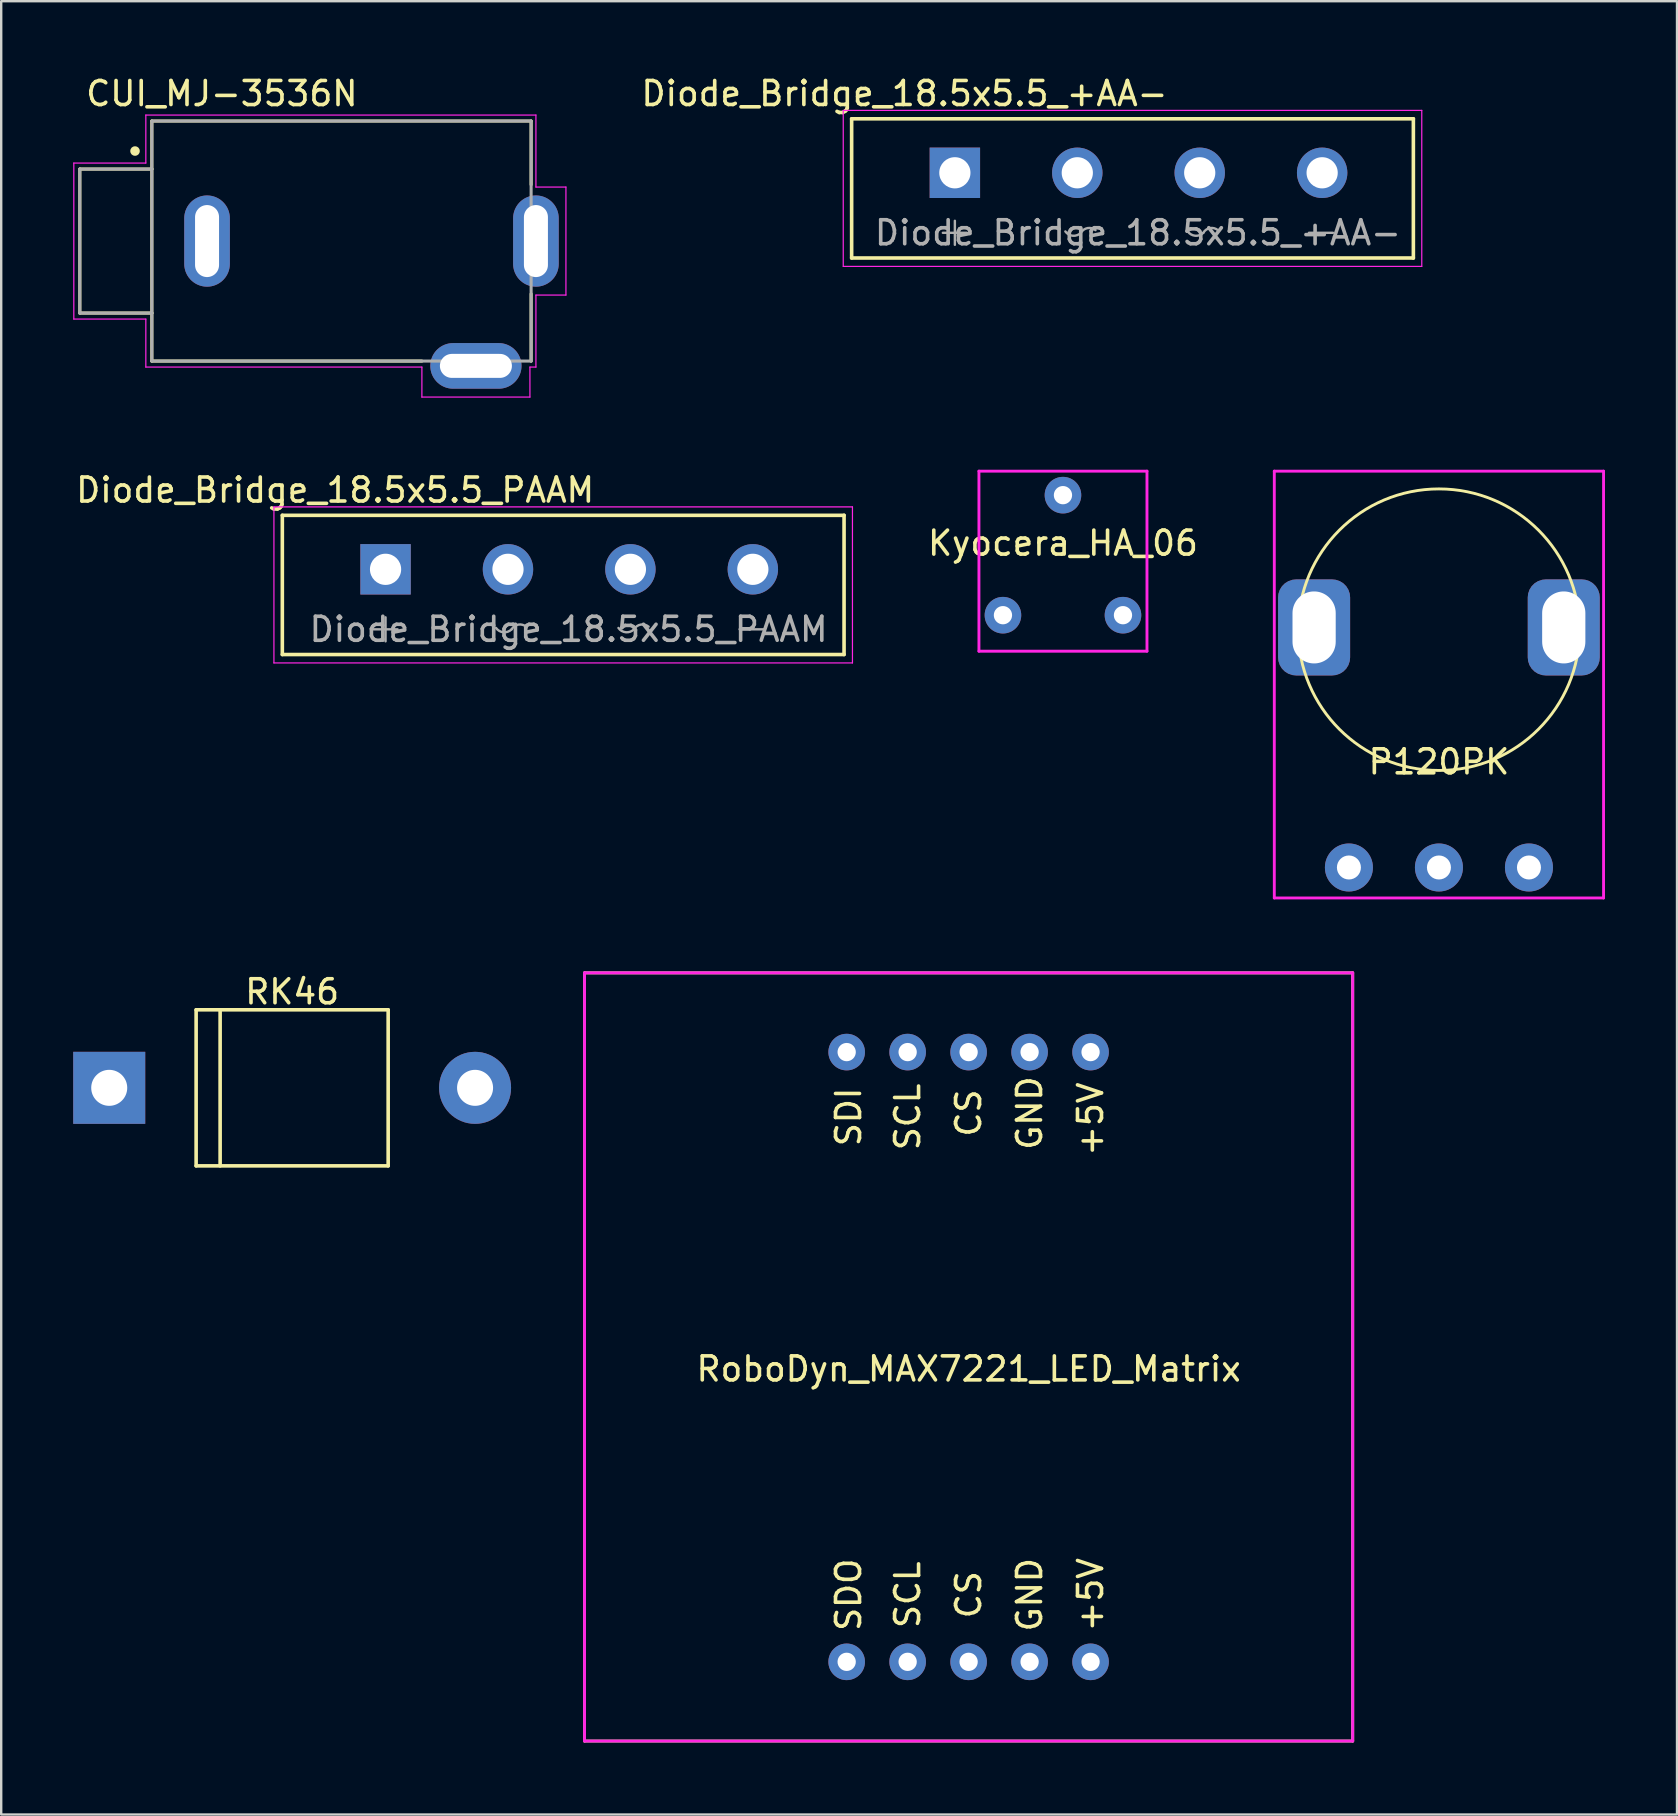
<source format=kicad_pcb>
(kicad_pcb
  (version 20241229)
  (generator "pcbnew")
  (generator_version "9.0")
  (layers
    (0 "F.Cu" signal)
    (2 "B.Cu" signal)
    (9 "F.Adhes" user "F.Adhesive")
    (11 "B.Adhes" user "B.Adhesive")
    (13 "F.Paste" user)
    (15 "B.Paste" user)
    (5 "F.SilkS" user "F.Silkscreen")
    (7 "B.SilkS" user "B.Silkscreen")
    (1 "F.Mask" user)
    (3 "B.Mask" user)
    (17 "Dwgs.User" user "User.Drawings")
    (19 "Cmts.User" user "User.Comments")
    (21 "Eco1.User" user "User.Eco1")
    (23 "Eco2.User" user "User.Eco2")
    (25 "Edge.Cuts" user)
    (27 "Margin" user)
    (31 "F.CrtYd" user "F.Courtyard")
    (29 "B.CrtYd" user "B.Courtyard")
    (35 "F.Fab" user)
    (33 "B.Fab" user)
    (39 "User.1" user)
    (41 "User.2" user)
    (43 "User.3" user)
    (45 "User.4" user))
  (footprint "Kyocera_HA_06"
    (layer "F.Cu")
    (at 41.23 20.077)
    (property "Reference" "Kyocera_HA_06" (at 0 -0.5 0) (unlocked yes) (layer "F.SilkS") (effects (font (size 1 1) (thickness 0.15))))
    (attr through_hole)
    (fp_line (start -3.5 -3.5) (end 3.5 -3.5) (stroke (width 0.12) (type solid)) (layer "F.CrtYd"))
    (fp_line (start -3.5 4) (end -3.5 -3.5) (stroke (width 0.12) (type solid)) (layer "F.CrtYd"))
    (fp_line (start 3.5 -3.5) (end 3.5 4) (stroke (width 0.12) (type solid)) (layer "F.CrtYd"))
    (fp_line (start 3.5 4) (end -3.5 4) (stroke (width 0.12) (type solid)) (layer "F.CrtYd"))
    (pad "1" thru_hole circle (at -2.5 2.5) (size 1.524 1.524) (drill 0.762) (layers "*.Cu" "*.Mask"))
    (pad "2" thru_hole circle (at 2.5 2.5) (size 1.524 1.524) (drill 0.762) (layers "*.Cu" "*.Mask"))
    (pad "3" thru_hole circle (at 0 -2.5) (size 1.524 1.524) (drill 0.762) (layers "*.Cu" "*.Mask")))
  (footprint "P120PK"
    (layer "F.Cu")
    (at 56.892 33.087)
    (property "Reference" "P120PK" (at 0 -4.4 0) (layer "F.SilkS") (effects (font (size 1 1) (thickness 0.15))))
    (attr through_hole)
    (fp_circle (center 0 -9.906) (end -1.778 -15.494) (stroke (width 0.12) (type solid)) (fill no) (layer "F.SilkS"))
    (fp_line (start -6.858 -16.51) (end 6.858 -16.51) (stroke (width 0.12) (type solid)) (layer "F.CrtYd"))
    (fp_line (start -6.858 1.27) (end -6.858 -16.51) (stroke (width 0.12) (type solid)) (layer "F.CrtYd"))
    (fp_line (start 6.858 -16.51) (end 6.858 1.27) (stroke (width 0.12) (type solid)) (layer "F.CrtYd"))
    (fp_line (start 6.858 1.27) (end -6.858 1.27) (stroke (width 0.12) (type solid)) (layer "F.CrtYd"))
    (pad "" thru_hole roundrect (at -5.2 -10) (size 3 4) (drill oval 1.8 3) (layers "*.Cu" "*.Mask") (roundrect_rratio 0.25))
    (pad "" thru_hole roundrect (at 5.2 -10) (size 3 4) (drill oval 1.8 3) (layers "*.Cu" "*.Mask") (roundrect_rratio 0.25))
    (pad "1" thru_hole circle (at -3.75 0) (size 2 2) (drill 1) (layers "*.Cu" "*.Mask"))
    (pad "2" thru_hole circle (at 0 0) (size 2 2) (drill 1) (layers "*.Cu" "*.Mask"))
    (pad "3" thru_hole circle (at 3.75 0) (size 2 2) (drill 1) (layers "*.Cu" "*.Mask")))
  (footprint "Diode_Bridge_18.5x5.5_+AA-"
    (layer "F.Cu")
    (at 52.027 4.148)
    (property "Reference" "Diode_Bridge_18.5x5.5_+AA-" (at -17.4 -3.3 0) (layer "F.SilkS") (effects (font (size 1 1) (thickness 0.15))))
    (attr through_hole)
    (fp_line (start -19.6 -2.25) (end 3.8 -2.25) (stroke (width 0.15) (type solid)) (layer "F.SilkS"))
    (fp_line (start -19.6 3.55) (end -19.6 -2.25) (stroke (width 0.15) (type solid)) (layer "F.SilkS"))
    (fp_line (start 3.8 -2.25) (end 3.8 3.55) (stroke (width 0.15) (type solid)) (layer "F.SilkS"))
    (fp_line (start 3.8 3.55) (end -19.6 3.55) (stroke (width 0.15) (type solid)) (layer "F.SilkS"))
    (fp_line (start -19.95 -2.6) (end 4.15 -2.6) (stroke (width 0.05) (type solid)) (layer "F.CrtYd"))
    (fp_line (start -19.95 3.9) (end -19.95 -2.6) (stroke (width 0.05) (type solid)) (layer "F.CrtYd"))
    (fp_line (start 4.15 -2.6) (end 4.15 3.9) (stroke (width 0.05) (type solid)) (layer "F.CrtYd"))
    (fp_line (start 4.15 3.9) (end -19.95 3.9) (stroke (width 0.05) (type solid)) (layer "F.CrtYd"))
    (fp_line (start -15.8 2.5) (end -14.8 2.5) (stroke (width 0.1) (type solid)) (layer "F.Fab"))
    (fp_line (start -15.3 2) (end -15.3 3) (stroke (width 0.1) (type solid)) (layer "F.Fab"))
    (fp_line (start -0.55 2.5) (end 0.45 2.5) (stroke (width 0.1) (type solid)) (layer "F.Fab"))
    (fp_arc (start -10.05 2.5) (mid -10.386977 2.62265) (end -10.697537 2.443348) (stroke (width 0.1) (type solid)) (layer "F.Fab"))
    (fp_arc (start -10.05 2.5) (mid -9.771767 2.303327) (end -9.442262 2.390047) (stroke (width 0.1) (type solid)) (layer "F.Fab"))
    (fp_arc (start -4.95 2.5) (mid -5.286977 2.62265) (end -5.597537 2.443348) (stroke (width 0.1) (type solid)) (layer "F.Fab"))
    (fp_arc (start -4.95 2.5) (mid -4.671767 2.303327) (end -4.342262 2.390047) (stroke (width 0.1) (type solid)) (layer "F.Fab"))
    (fp_text user "${REFERENCE}" (at -7.675 2.5 0) (layer "F.Fab") (effects (font (size 1 1) (thickness 0.15))))
    (pad "1" thru_hole rect (at -15.3 0) (size 2.1 2.1) (drill 1.3) (layers "*.Cu" "*.Mask"))
    (pad "2" thru_hole circle (at -10.2 0) (size 2.1 2.1) (drill 1.3) (layers "*.Cu" "*.Mask"))
    (pad "3" thru_hole circle (at -5.1 0) (size 2.1 2.1) (drill 1.3) (layers "*.Cu" "*.Mask"))
    (pad "4" thru_hole circle (at 0 0) (size 2.1 2.1) (drill 1.3) (layers "*.Cu" "*.Mask")))
  (footprint "RK46"
    (layer "F.Cu")
    (at 9.12 42.266)
    (property "Reference" "RK46" (at 0 -4 0) (layer "F.SilkS") (effects (font (size 1 1) (thickness 0.15))))
    (attr through_hole)
    (fp_line (start -4 -3.25) (end 4 -3.25) (stroke (width 0.15) (type solid)) (layer "F.SilkS"))
    (fp_line (start -4 3.25) (end -4 -3.25) (stroke (width 0.15) (type solid)) (layer "F.SilkS"))
    (fp_line (start -3 3.25) (end -3 -3.25) (stroke (width 0.15) (type solid)) (layer "F.SilkS"))
    (fp_line (start 4 -3.25) (end 4 3.25) (stroke (width 0.15) (type solid)) (layer "F.SilkS"))
    (fp_line (start 4 3.25) (end -4 3.25) (stroke (width 0.15) (type solid)) (layer "F.SilkS"))
    (pad "1" thru_hole rect (at -7.62 0) (size 3 3) (drill 1.5) (layers "*.Cu" "*.Mask"))
    (pad "2" thru_hole circle (at 7.62 0) (size 3 3) (drill 1.5) (layers "*.Cu" "*.Mask")))
  (footprint "CUI_MJ-3536N"
    (layer "F.Cu")
    (at 11.175 6.992)
    (property "Reference" "CUI_MJ-3536N" (at -4.982 -6.143 0) (layer "F.SilkS") (effects (font (size 1.001 1.001) (thickness 0.15))))
    (attr through_hole)
    (fp_line (start -10.9 -3) (end -10.9 3) (stroke (width 0.127) (type solid)) (layer "F.SilkS"))
    (fp_line (start -10.9 3) (end -7.9 3) (stroke (width 0.127) (type solid)) (layer "F.SilkS"))
    (fp_line (start -7.9 -5) (end -7.9 -3) (stroke (width 0.127) (type solid)) (layer "F.SilkS"))
    (fp_line (start -7.9 -5) (end 7.9 -5) (stroke (width 0.127) (type solid)) (layer "F.SilkS"))
    (fp_line (start -7.9 -3) (end -10.9 -3) (stroke (width 0.127) (type solid)) (layer "F.SilkS"))
    (fp_line (start -7.9 -3) (end -7.9 3) (stroke (width 0.127) (type solid)) (layer "F.SilkS"))
    (fp_line (start -7.9 3) (end -7.9 5) (stroke (width 0.127) (type solid)) (layer "F.SilkS"))
    (fp_line (start -7.9 5) (end 3.35 5) (stroke (width 0.127) (type solid)) (layer "F.SilkS"))
    (fp_line (start 7.9 -5) (end 7.9 -2.35) (stroke (width 0.127) (type solid)) (layer "F.SilkS"))
    (fp_line (start 7.9 5) (end 7.9 2.2) (stroke (width 0.127) (type solid)) (layer "F.SilkS"))
    (fp_circle (center -8.6 -3.75) (end -8.5 -3.75) (stroke (width 0.2) (type solid)) (fill no) (layer "F.SilkS"))
    (fp_line (start -11.15 -3.25) (end -8.15 -3.25) (stroke (width 0.05) (type solid)) (layer "F.CrtYd"))
    (fp_line (start -11.15 3.25) (end -11.15 -3.25) (stroke (width 0.05) (type solid)) (layer "F.CrtYd"))
    (fp_line (start -8.15 -5.25) (end 8.1 -5.25) (stroke (width 0.05) (type solid)) (layer "F.CrtYd"))
    (fp_line (start -8.15 -3.25) (end -8.15 -5.25) (stroke (width 0.05) (type solid)) (layer "F.CrtYd"))
    (fp_line (start -8.15 3.25) (end -11.15 3.25) (stroke (width 0.05) (type solid)) (layer "F.CrtYd"))
    (fp_line (start -8.15 5.25) (end -8.15 3.25) (stroke (width 0.05) (type solid)) (layer "F.CrtYd"))
    (fp_line (start 3.35 5.25) (end -8.15 5.25) (stroke (width 0.05) (type solid)) (layer "F.CrtYd"))
    (fp_line (start 3.35 6.5) (end 3.35 5.25) (stroke (width 0.05) (type solid)) (layer "F.CrtYd"))
    (fp_line (start 7.85 5.25) (end 7.85 6.5) (stroke (width 0.05) (type solid)) (layer "F.CrtYd"))
    (fp_line (start 7.85 6.5) (end 3.35 6.5) (stroke (width 0.05) (type solid)) (layer "F.CrtYd"))
    (fp_line (start 8.1 -5.25) (end 8.1 -2.25) (stroke (width 0.05) (type solid)) (layer "F.CrtYd"))
    (fp_line (start 8.1 -2.25) (end 9.35 -2.25) (stroke (width 0.05) (type solid)) (layer "F.CrtYd"))
    (fp_line (start 8.1 2.25) (end 8.1 5.25) (stroke (width 0.05) (type solid)) (layer "F.CrtYd"))
    (fp_line (start 8.1 5.25) (end 7.85 5.25) (stroke (width 0.05) (type solid)) (layer "F.CrtYd"))
    (fp_line (start 9.35 -2.25) (end 9.35 2.25) (stroke (width 0.05) (type solid)) (layer "F.CrtYd"))
    (fp_line (start 9.35 2.25) (end 8.1 2.25) (stroke (width 0.05) (type solid)) (layer "F.CrtYd"))
    (fp_line (start -10.9 -3) (end -10.9 3) (stroke (width 0.127) (type solid)) (layer "F.Fab"))
    (fp_line (start -10.9 3) (end -7.9 3) (stroke (width 0.127) (type solid)) (layer "F.Fab"))
    (fp_line (start -7.9 -5) (end 7.9 -5) (stroke (width 0.127) (type solid)) (layer "F.Fab"))
    (fp_line (start -7.9 -3) (end -10.9 -3) (stroke (width 0.127) (type solid)) (layer "F.Fab"))
    (fp_line (start -7.9 -3) (end -7.9 -5) (stroke (width 0.127) (type solid)) (layer "F.Fab"))
    (fp_line (start -7.9 3) (end -7.9 -3) (stroke (width 0.127) (type solid)) (layer "F.Fab"))
    (fp_line (start -7.9 5) (end -7.9 3) (stroke (width 0.127) (type solid)) (layer "F.Fab"))
    (fp_line (start 7.9 -5) (end 7.9 5) (stroke (width 0.127) (type solid)) (layer "F.Fab"))
    (fp_line (start 7.9 5) (end -7.9 5) (stroke (width 0.127) (type solid)) (layer "F.Fab"))
    (pad "1" thru_hole oval (at -5.6 0) (size 1.9 3.8) (drill oval 1 3) (layers "*.Cu" "*.Mask"))
    (pad "2" thru_hole oval (at 8.1 0) (size 1.9 3.8) (drill oval 1 3) (layers "*.Cu" "*.Mask"))
    (pad "3" thru_hole oval (at 5.6 5.2) (size 3.8 1.9) (drill oval 3 1) (layers "*.Cu" "*.Mask")))
  (footprint "RoboDyn_MAX7221_LED_Matrix"
    (layer "F.Cu")
    (at 37.3 53.477)
    (property "Reference" "RoboDyn_MAX7221_LED_Matrix" (at 0 0.5 0) (layer "F.SilkS") (effects (font (size 1 1) (thickness 0.15))))
    (attr through_hole)
    (fp_line (start -16 -16) (end 16 -16) (stroke (width 0.12) (type solid)) (layer "F.SilkS"))
    (fp_line (start -16 16) (end -16 -16) (stroke (width 0.12) (type solid)) (layer "F.SilkS"))
    (fp_line (start 16 -16) (end 16 16) (stroke (width 0.12) (type solid)) (layer "F.SilkS"))
    (fp_line (start 16 16) (end -16 16) (stroke (width 0.12) (type solid)) (layer "F.SilkS"))
    (fp_line (start -16 -16) (end 16 -16) (stroke (width 0.12) (type solid)) (layer "F.CrtYd"))
    (fp_line (start -16 16) (end -16 -16) (stroke (width 0.12) (type solid)) (layer "F.CrtYd"))
    (fp_line (start 16 -16) (end 16 16) (stroke (width 0.12) (type solid)) (layer "F.CrtYd"))
    (fp_line (start 16 16) (end -16 16) (stroke (width 0.12) (type solid)) (layer "F.CrtYd"))
    (fp_text user "+5V" (at 5.08 -9.906 90) (layer "F.SilkS") (effects (font (size 1 1) (thickness 0.15))))
    (fp_text user "+5V" (at 5.08 9.906 270) (layer "F.SilkS") (effects (font (size 1 1) (thickness 0.15))))
    (fp_text user "CS" (at 0 -10.16 90) (layer "F.SilkS") (effects (font (size 1 1) (thickness 0.15))))
    (fp_text user "SCL" (at -2.54 -10 90) (layer "F.SilkS") (effects (font (size 1 1) (thickness 0.15))))
    (fp_text user "SCL" (at -2.54 9.906 90) (layer "F.SilkS") (effects (font (size 1 1) (thickness 0.15))))
    (fp_text user "GND" (at 2.54 -10.16 90) (layer "F.SilkS") (effects (font (size 1 1) (thickness 0.15))))
    (fp_text user "SDO" (at -5 9.906 270) (layer "F.SilkS") (effects (font (size 1 1) (thickness 0.15))))
    (fp_text user "GND" (at 2.54 9.906 90) (layer "F.SilkS") (effects (font (size 1 1) (thickness 0.15))))
    (fp_text user "SDI" (at -5 -10 270) (layer "F.SilkS") (effects (font (size 1 1) (thickness 0.15))))
    (fp_text user "CS" (at 0 9.906 90) (layer "F.SilkS") (effects (font (size 1 1) (thickness 0.15))))
    (pad "1" thru_hole circle (at -5.08 -12.7) (size 1.524 1.524) (drill 0.762) (layers "*.Cu" "*.Mask"))
    (pad "2" thru_hole circle (at -2.54 -12.7) (size 1.524 1.524) (drill 0.762) (layers "*.Cu" "*.Mask"))
    (pad "3" thru_hole circle (at 0 -12.7) (size 1.524 1.524) (drill 0.762) (layers "*.Cu" "*.Mask"))
    (pad "4" thru_hole circle (at 2.54 -12.7) (size 1.524 1.524) (drill 0.762) (layers "*.Cu" "*.Mask"))
    (pad "5" thru_hole circle (at 5.08 -12.7) (size 1.524 1.524) (drill 0.762) (layers "*.Cu" "*.Mask"))
    (pad "6" thru_hole circle (at 5.08 12.7) (size 1.524 1.524) (drill 0.762) (layers "*.Cu" "*.Mask"))
    (pad "7" thru_hole circle (at 2.54 12.7) (size 1.524 1.524) (drill 0.762) (layers "*.Cu" "*.Mask"))
    (pad "8" thru_hole circle (at 0 12.7) (size 1.524 1.524) (drill 0.762) (layers "*.Cu" "*.Mask" "Eco1.User"))
    (pad "9" thru_hole circle (at -2.54 12.7) (size 1.524 1.524) (drill 0.762) (layers "*.Cu" "*.Mask"))
    (pad "10" thru_hole circle (at -5.08 12.7) (size 1.524 1.524) (drill 0.762) (layers "*.Cu" "*.Mask")))
  (footprint "Diode_Bridge_18.5x5.5_PAAM"
    (layer "F.Cu")
    (at 28.311 20.666)
    (property "Reference" "Diode_Bridge_18.5x5.5_PAAM" (at -17.4 -3.3 0) (layer "F.SilkS") (effects (font (size 1 1) (thickness 0.15))))
    (attr through_hole)
    (fp_line (start -19.6 -2.25) (end 3.8 -2.25) (stroke (width 0.15) (type solid)) (layer "F.SilkS"))
    (fp_line (start -19.6 3.55) (end -19.6 -2.25) (stroke (width 0.15) (type solid)) (layer "F.SilkS"))
    (fp_line (start 3.8 -2.25) (end 3.8 3.55) (stroke (width 0.15) (type solid)) (layer "F.SilkS"))
    (fp_line (start 3.8 3.55) (end -19.6 3.55) (stroke (width 0.15) (type solid)) (layer "F.SilkS"))
    (fp_line (start -19.95 -2.6) (end 4.15 -2.6) (stroke (width 0.05) (type solid)) (layer "F.CrtYd"))
    (fp_line (start -19.95 3.9) (end -19.95 -2.6) (stroke (width 0.05) (type solid)) (layer "F.CrtYd"))
    (fp_line (start 4.15 -2.6) (end 4.15 3.9) (stroke (width 0.05) (type solid)) (layer "F.CrtYd"))
    (fp_line (start 4.15 3.9) (end -19.95 3.9) (stroke (width 0.05) (type solid)) (layer "F.CrtYd"))
    (fp_line (start -15.8 2.5) (end -14.8 2.5) (stroke (width 0.1) (type solid)) (layer "F.Fab"))
    (fp_line (start -15.3 2) (end -15.3 3) (stroke (width 0.1) (type solid)) (layer "F.Fab"))
    (fp_line (start -0.55 2.5) (end 0.45 2.5) (stroke (width 0.1) (type solid)) (layer "F.Fab"))
    (fp_arc (start -10.05 2.5) (mid -10.386977 2.62265) (end -10.697537 2.443348) (stroke (width 0.1) (type solid)) (layer "F.Fab"))
    (fp_arc (start -10.05 2.5) (mid -9.771767 2.303327) (end -9.442262 2.390047) (stroke (width 0.1) (type solid)) (layer "F.Fab"))
    (fp_arc (start -4.95 2.5) (mid -5.286977 2.62265) (end -5.597537 2.443348) (stroke (width 0.1) (type solid)) (layer "F.Fab"))
    (fp_arc (start -4.95 2.5) (mid -4.671767 2.303327) (end -4.342262 2.390047) (stroke (width 0.1) (type solid)) (layer "F.Fab"))
    (fp_text user "${REFERENCE}" (at -7.675 2.5 0) (layer "F.Fab") (effects (font (size 1 1) (thickness 0.15))))
    (pad "1" thru_hole rect (at -15.3 0) (size 2.1 2.1) (drill 1.3) (layers "*.Cu" "*.Mask"))
    (pad "2" thru_hole circle (at -10.2 0) (size 2.1 2.1) (drill 1.3) (layers "*.Cu" "*.Mask"))
    (pad "3" thru_hole circle (at -5.1 0) (size 2.1 2.1) (drill 1.3) (layers "*.Cu" "*.Mask"))
    (pad "4" thru_hole circle (at 0 0) (size 2.1 2.1) (drill 1.3) (layers "*.Cu" "*.Mask")))
  (gr_rect
    (start -3 -3)
    (end 66.81 72.537)
    (stroke (width 0.1) (type default))
    (fill no)
    (layer "Edge.Cuts")))
</source>
